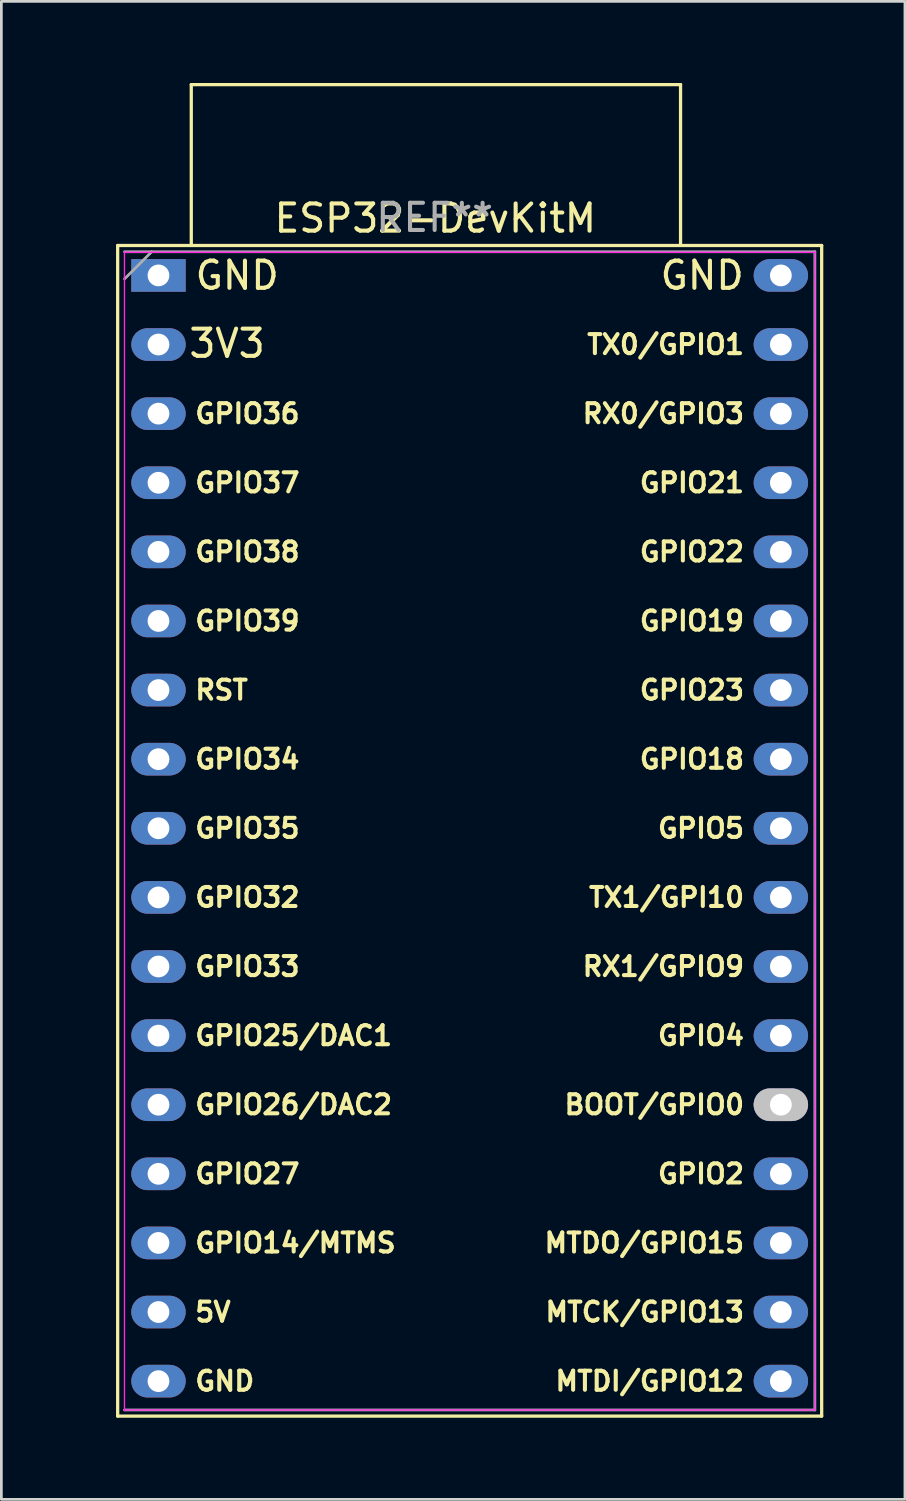
<source format=kicad_pcb>
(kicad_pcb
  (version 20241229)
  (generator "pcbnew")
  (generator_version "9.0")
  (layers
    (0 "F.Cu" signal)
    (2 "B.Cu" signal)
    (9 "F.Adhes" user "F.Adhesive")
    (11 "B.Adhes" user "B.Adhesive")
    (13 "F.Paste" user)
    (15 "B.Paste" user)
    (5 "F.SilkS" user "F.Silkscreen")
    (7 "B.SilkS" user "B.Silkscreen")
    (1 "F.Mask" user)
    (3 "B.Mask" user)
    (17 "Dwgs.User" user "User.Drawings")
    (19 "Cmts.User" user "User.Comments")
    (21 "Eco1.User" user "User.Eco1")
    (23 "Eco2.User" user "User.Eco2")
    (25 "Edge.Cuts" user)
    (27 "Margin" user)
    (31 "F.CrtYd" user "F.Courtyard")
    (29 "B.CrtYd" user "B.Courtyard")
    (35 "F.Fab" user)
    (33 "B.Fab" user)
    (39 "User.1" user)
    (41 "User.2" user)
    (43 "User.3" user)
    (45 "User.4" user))
  (footprint "ESP32-DevKitM"
    (layer "F.Cu")
    (at 0.25 7.073)
    (property "Reference" "ESP32-DevKitM" (at 12.7 -2.1 0) (layer "F.SilkS") (effects (font (size 1 1) (thickness 0.15))))
    (attr through_hole)
    (fp_line (start 1.025 -1.1) (end 1.025 41.925) (stroke (width 0.12) (type solid)) (layer "F.SilkS"))
    (fp_line (start 1.025 41.925) (end 26.9 41.925) (stroke (width 0.12) (type solid)) (layer "F.SilkS"))
    (fp_line (start 3.73 -7.013) (end 21.713 -7.013) (stroke (width 0.12) (type solid)) (layer "F.SilkS"))
    (fp_line (start 3.73 -1.12) (end 3.73 -7.013) (stroke (width 0.12) (type solid)) (layer "F.SilkS"))
    (fp_line (start 21.713 -7.013) (end 21.713 -1.12) (stroke (width 0.12) (type solid)) (layer "F.SilkS"))
    (fp_line (start 26.9 -1.1) (end 1.025 -1.1) (stroke (width 0.12) (type solid)) (layer "F.SilkS"))
    (fp_line (start 26.9 41.925) (end 26.9 -1.1) (stroke (width 0.12) (type solid)) (layer "F.SilkS"))
    (fp_line (start 1.275 -0.85) (end 26.65 -0.85) (stroke (width 0.05) (type solid)) (layer "F.CrtYd"))
    (fp_line (start 1.275 41.7) (end 1.275 -0.85) (stroke (width 0.05) (type default)) (layer "F.CrtYd"))
    (fp_line (start 26.65 -0.85) (end 26.65 41.7) (stroke (width 0.05) (type solid)) (layer "F.CrtYd"))
    (fp_line (start 26.65 41.7) (end 1.275 41.7) (stroke (width 0.05) (type solid)) (layer "F.CrtYd"))
    (fp_line (start 1.275 -0.87) (end 26.65 -0.87) (stroke (width 0.1) (type solid)) (layer "F.Fab"))
    (fp_line (start 2.275 -0.87) (end 1.275 0.13) (stroke (width 0.1) (type solid)) (layer "F.Fab"))
    (fp_line (start 26.65 -0.87) (end 26.65 41.7) (stroke (width 0.1) (type solid)) (layer "F.Fab"))
    (fp_line (start 26.65 41.7) (end 1.275 41.7) (stroke (width 0.1) (type solid)) (layer "F.Fab"))
    (fp_text user "GPIO19" (at 24.13 12.7 0) (unlocked yes) (layer "F.SilkS") (effects (font (size 0.7 0.7) (thickness 0.15)) (justify right)))
    (fp_text user "GPIO2" (at 24.13 33.02 0) (unlocked yes) (layer "F.SilkS") (effects (font (size 0.7 0.7) (thickness 0.15)) (justify right)))
    (fp_text user "GPIO39" (at 3.795 12.7 0) (unlocked yes) (layer "F.SilkS") (effects (font (size 0.7 0.7) (thickness 0.15)) (justify left)))
    (fp_text user "GPIO23" (at 24.13 15.24 0) (unlocked yes) (layer "F.SilkS") (effects (font (size 0.7 0.7) (thickness 0.15)) (justify right)))
    (fp_text user "GPIO33" (at 3.795 25.4 0) (unlocked yes) (layer "F.SilkS") (effects (font (size 0.7 0.7) (thickness 0.15)) (justify left)))
    (fp_text user "GND" (at 24.13 0 0) (unlocked yes) (layer "F.SilkS") (effects (font (size 1 1) (thickness 0.15)) (justify right)))
    (fp_text user "5V" (at 3.795 38.1 0) (unlocked yes) (layer "F.SilkS") (effects (font (size 0.7 0.7) (thickness 0.15)) (justify left)))
    (fp_text user "MTCK/GPIO13" (at 24.13 38.1 0) (unlocked yes) (layer "F.SilkS") (effects (font (size 0.7 0.7) (thickness 0.15)) (justify right)))
    (fp_text user "GND" (at 3.795 0 0) (unlocked yes) (layer "F.SilkS") (effects (font (size 1 1) (thickness 0.15)) (justify left)))
    (fp_text user "GPIO4" (at 24.13 27.94 0) (unlocked yes) (layer "F.SilkS") (effects (font (size 0.7 0.7) (thickness 0.15)) (justify right)))
    (fp_text user "GPIO25/DAC1" (at 3.795 27.94 0) (unlocked yes) (layer "F.SilkS") (effects (font (size 0.7 0.7) (thickness 0.15)) (justify left)))
    (fp_text user "GPIO36" (at 3.795 5.08 0) (unlocked yes) (layer "F.SilkS") (effects (font (size 0.7 0.7) (thickness 0.15)) (justify left)))
    (fp_text user "RST" (at 3.795 15.24 0) (unlocked yes) (layer "F.SilkS") (effects (font (size 0.7 0.7) (thickness 0.15)) (justify left)))
    (fp_text user "RX1/GPIO9" (at 24.13 25.4 0) (unlocked yes) (layer "F.SilkS") (effects (font (size 0.7 0.7) (thickness 0.15)) (justify right)))
    (fp_text user "MTDO/GPIO15" (at 24.13 35.56 0) (unlocked yes) (layer "F.SilkS") (effects (font (size 0.7 0.7) (thickness 0.15)) (justify right)))
    (fp_text user "GPIO5" (at 24.13 20.32 0) (unlocked yes) (layer "F.SilkS") (effects (font (size 0.7 0.7) (thickness 0.15)) (justify right)))
    (fp_text user "RX0/GPIO3" (at 24.13 5.08 0) (unlocked yes) (layer "F.SilkS") (effects (font (size 0.7 0.7) (thickness 0.15)) (justify right)))
    (fp_text user "TX0/GPIO1" (at 24.13 2.54 0) (unlocked yes) (layer "F.SilkS") (effects (font (size 0.7 0.7) (thickness 0.15)) (justify right)))
    (fp_text user "GPIO22" (at 24.13 10.16 0) (unlocked yes) (layer "F.SilkS") (effects (font (size 0.7 0.7) (thickness 0.15)) (justify right)))
    (fp_text user "GPIO26/DAC2" (at 3.795 30.48 0) (unlocked yes) (layer "F.SilkS") (effects (font (size 0.7 0.7) (thickness 0.15)) (justify left)))
    (fp_text user "GPIO35" (at 3.795 20.32 0) (unlocked yes) (layer "F.SilkS") (effects (font (size 0.7 0.7) (thickness 0.15)) (justify left)))
    (fp_text user "3V3" (at 6.525 2.5 0) (unlocked yes) (layer "F.SilkS") (effects (font (size 1 1) (thickness 0.15)) (justify right)))
    (fp_text user "GPIO27" (at 3.795 33.02 0) (unlocked yes) (layer "F.SilkS") (effects (font (size 0.7 0.7) (thickness 0.15)) (justify left)))
    (fp_text user "GPIO37" (at 3.795 7.62 0) (unlocked yes) (layer "F.SilkS") (effects (font (size 0.7 0.7) (thickness 0.15)) (justify left)))
    (fp_text user "GPIO21" (at 24.13 7.62 0) (unlocked yes) (layer "F.SilkS") (effects (font (size 0.7 0.7) (thickness 0.15)) (justify right)))
    (fp_text user "GPIO18" (at 24.13 17.78 0) (unlocked yes) (layer "F.SilkS") (effects (font (size 0.7 0.7) (thickness 0.15)) (justify right)))
    (fp_text user "GND" (at 3.795 40.64 0) (unlocked yes) (layer "F.SilkS") (effects (font (size 0.7 0.7) (thickness 0.15)) (justify left)))
    (fp_text user "GPIO34" (at 3.795 17.78 0) (unlocked yes) (layer "F.SilkS") (effects (font (size 0.7 0.7) (thickness 0.15)) (justify left)))
    (fp_text user "MTDI/GPIO12" (at 24.13 40.64 0) (unlocked yes) (layer "F.SilkS") (effects (font (size 0.7 0.7) (thickness 0.15)) (justify right)))
    (fp_text user "GPIO38" (at 3.795 10.16 0) (unlocked yes) (layer "F.SilkS") (effects (font (size 0.7 0.7) (thickness 0.15)) (justify left)))
    (fp_text user "GPIO32" (at 3.795 22.86 0) (unlocked yes) (layer "F.SilkS") (effects (font (size 0.7 0.7) (thickness 0.15)) (justify left)))
    (fp_text user "TX1/GPI10" (at 24.13 22.86 0) (unlocked yes) (layer "F.SilkS") (effects (font (size 0.7 0.7) (thickness 0.15)) (justify right)))
    (fp_text user "GPIO14/MTMS" (at 3.795 35.56 0) (unlocked yes) (layer "F.SilkS") (effects (font (size 0.7 0.7) (thickness 0.15)) (justify left)))
    (fp_text user "BOOT/GPIO0" (at 24.13 30.48 0) (unlocked yes) (layer "F.SilkS") (effects (font (size 0.7 0.7) (thickness 0.15)) (justify right)))
    (fp_text user "REF**" (at 12.675 -2.125 0) (layer "F.Fab") (effects (font (size 1 1) (thickness 0.15))))
    (pad "1" thru_hole rect (at 2.525 0 270) (size 1.2 2) (drill 0.8) (layers "*.Cu" "*.Mask"))
    (pad "2" thru_hole oval (at 2.525 2.54 270) (size 1.2 2) (drill 0.8) (layers "*.Cu" "*.Mask"))
    (pad "3" thru_hole oval (at 2.525 5.08 270) (size 1.2 2) (drill 0.8) (layers "*.Cu" "*.Mask"))
    (pad "4" thru_hole oval (at 2.525 7.62 270) (size 1.2 2) (drill 0.8) (layers "*.Cu" "*.Mask"))
    (pad "5" thru_hole oval (at 2.525 10.16 270) (size 1.2 2) (drill 0.8) (layers "*.Cu" "*.Mask"))
    (pad "6" thru_hole oval (at 2.525 12.7 270) (size 1.2 2) (drill 0.8) (layers "*.Cu" "*.Mask"))
    (pad "7" thru_hole oval (at 2.525 15.24 270) (size 1.2 2) (drill 0.8) (layers "*.Cu" "*.Mask"))
    (pad "8" thru_hole oval (at 2.525 17.78 270) (size 1.2 2) (drill 0.8) (layers "*.Cu" "*.Mask"))
    (pad "9" thru_hole oval (at 2.525 20.32 270) (size 1.2 2) (drill 0.8) (layers "*.Cu" "*.Mask"))
    (pad "10" thru_hole oval (at 2.525 22.86 270) (size 1.2 2) (drill 0.8) (layers "*.Cu" "*.Mask"))
    (pad "11" thru_hole oval (at 2.525 25.4 270) (size 1.2 2) (drill 0.8) (layers "*.Cu" "*.Mask"))
    (pad "12" thru_hole oval (at 2.525 27.94 270) (size 1.2 2) (drill 0.8) (layers "*.Cu" "*.Mask"))
    (pad "13" thru_hole oval (at 2.525 30.48 270) (size 1.2 2) (drill 0.8) (layers "*.Cu" "*.Mask"))
    (pad "14" thru_hole oval (at 2.525 33.02 270) (size 1.2 2) (drill 0.8) (layers "*.Cu" "*.Mask"))
    (pad "15" thru_hole oval (at 2.525 35.56 270) (size 1.2 2) (drill 0.8) (layers "*.Cu" "*.Mask"))
    (pad "16" thru_hole oval (at 2.525 38.1 270) (size 1.2 2) (drill 0.8) (layers "*.Cu" "*.Mask"))
    (pad "17" thru_hole oval (at 2.525 40.64 270) (size 1.2 2) (drill 0.8) (layers "*.Cu" "*.Mask"))
    (pad "18" thru_hole oval (at 25.4 0 270) (size 1.2 2) (drill 0.8) (layers "*.Cu" "*.Mask"))
    (pad "19" thru_hole oval (at 25.4 2.54 270) (size 1.2 2) (drill 0.8) (layers "*.Cu" "*.Mask"))
    (pad "20" thru_hole oval (at 25.4 5.08 270) (size 1.2 2) (drill 0.8) (layers "*.Cu" "*.Mask"))
    (pad "21" thru_hole oval (at 25.4 7.62 270) (size 1.2 2) (drill 0.8) (layers "*.Cu" "*.Mask"))
    (pad "22" thru_hole oval (at 25.4 10.16 270) (size 1.2 2) (drill 0.8) (layers "*.Cu" "*.Mask"))
    (pad "23" thru_hole oval (at 25.4 12.7 270) (size 1.2 2) (drill 0.8) (layers "*.Cu" "*.Mask"))
    (pad "24" thru_hole oval (at 25.4 15.24 270) (size 1.2 2) (drill 0.8) (layers "*.Cu" "*.Mask"))
    (pad "25" thru_hole oval (at 25.4 17.78 270) (size 1.2 2) (drill 0.8) (layers "*.Cu" "*.Mask"))
    (pad "26" thru_hole oval (at 25.4 20.32 270) (size 1.2 2) (drill 0.8) (layers "*.Cu" "*.Mask"))
    (pad "27" thru_hole oval (at 25.4 22.86 270) (size 1.2 2) (drill 0.8) (layers "*.Cu" "*.Mask"))
    (pad "28" thru_hole oval (at 25.4 25.4 270) (size 1.2 2) (drill 0.8) (layers "*.Cu" "*.Mask"))
    (pad "29" thru_hole oval (at 25.4 27.94 270) (size 1.2 2) (drill 0.8) (layers "*.Cu" "*.Mask"))
    (pad "30" thru_hole oval (at 25.4 30.48 270) (size 1.2 2) (drill 0.8) (layers "*.Cu" "*.Mask" "Dwgs.User"))
    (pad "31" thru_hole oval (at 25.4 33.02 270) (size 1.2 2) (drill 0.8) (layers "*.Cu" "*.Mask"))
    (pad "32" thru_hole oval (at 25.4 35.56 270) (size 1.2 2) (drill 0.8) (layers "*.Cu" "*.Mask"))
    (pad "33" thru_hole oval (at 25.4 38.1 270) (size 1.2 2) (drill 0.8) (layers "*.Cu" "*.Mask"))
    (pad "34" thru_hole oval (at 25.4 40.64 270) (size 1.2 2) (drill 0.8) (layers "*.Cu" "*.Mask")))
  (gr_rect
    (start -3 -3)
    (end 30.21 52.058)
    (stroke (width 0.1) (type default))
    (fill no)
    (layer "Edge.Cuts")))
</source>
